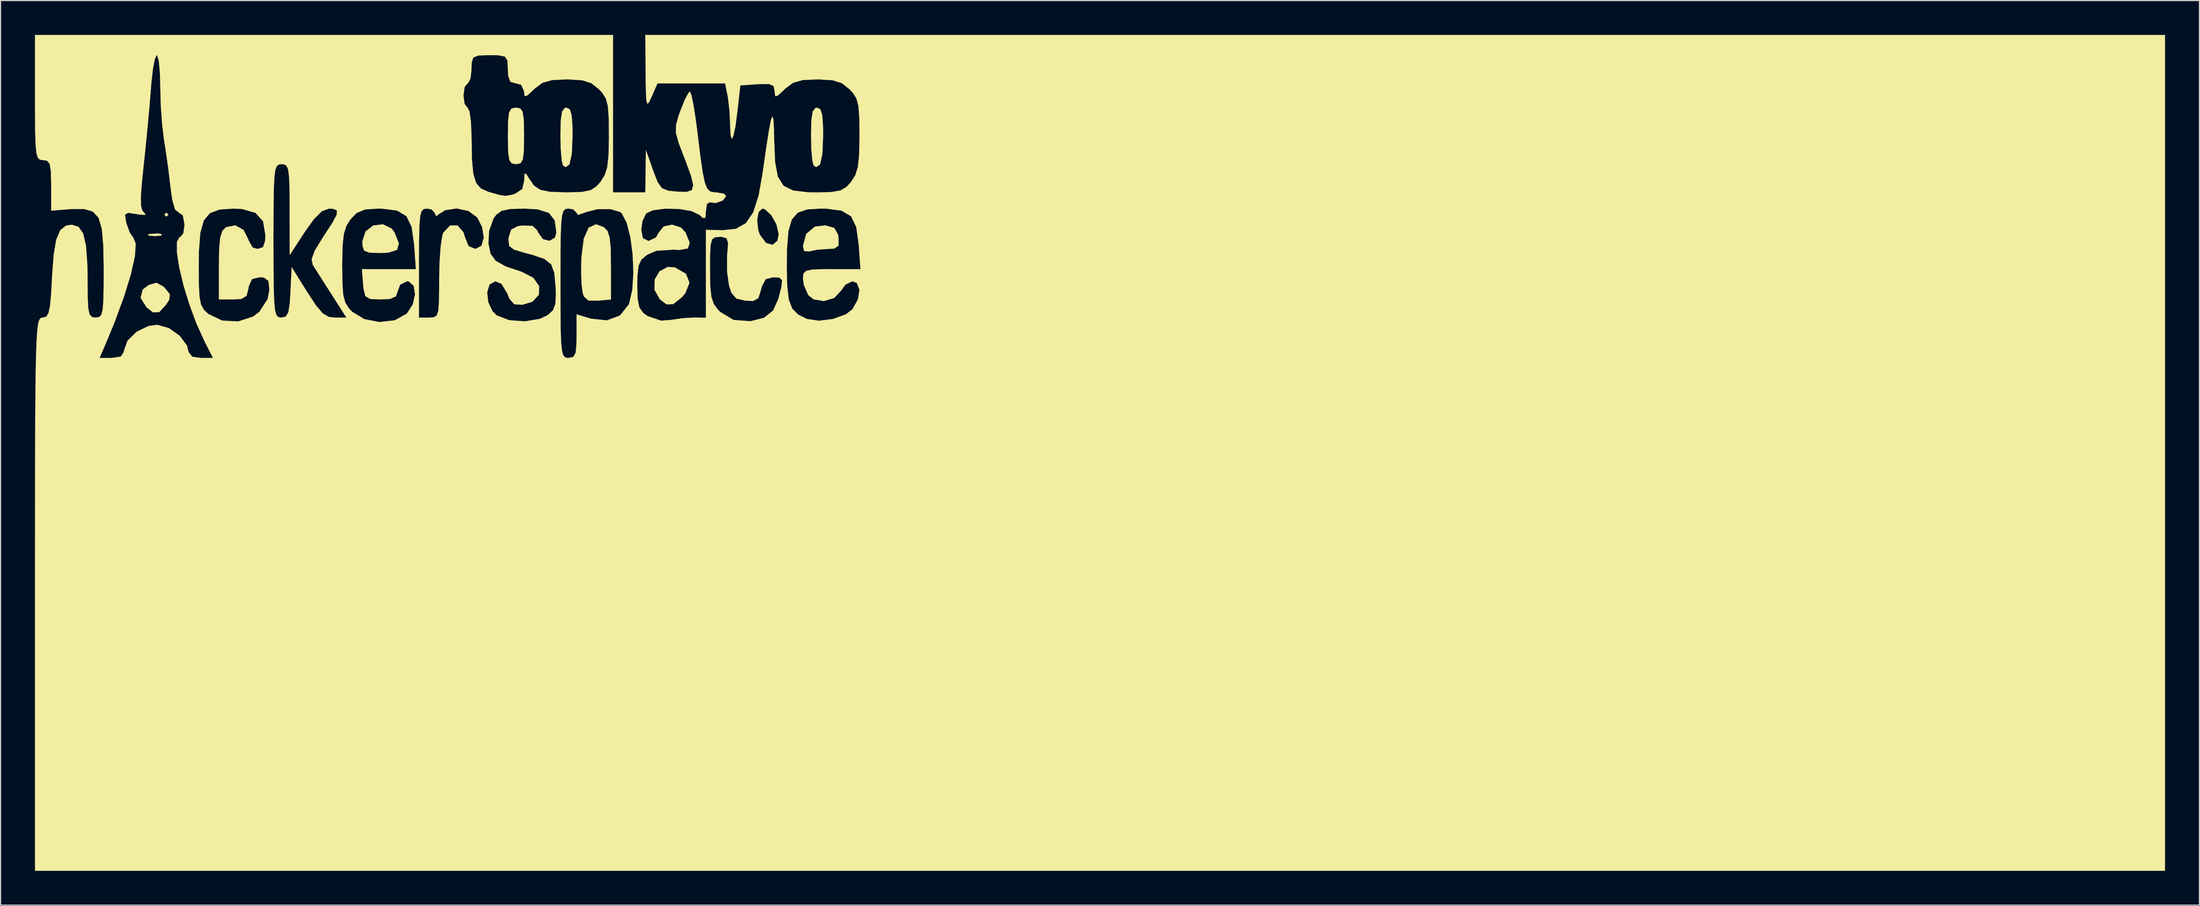
<source format=kicad_pcb>
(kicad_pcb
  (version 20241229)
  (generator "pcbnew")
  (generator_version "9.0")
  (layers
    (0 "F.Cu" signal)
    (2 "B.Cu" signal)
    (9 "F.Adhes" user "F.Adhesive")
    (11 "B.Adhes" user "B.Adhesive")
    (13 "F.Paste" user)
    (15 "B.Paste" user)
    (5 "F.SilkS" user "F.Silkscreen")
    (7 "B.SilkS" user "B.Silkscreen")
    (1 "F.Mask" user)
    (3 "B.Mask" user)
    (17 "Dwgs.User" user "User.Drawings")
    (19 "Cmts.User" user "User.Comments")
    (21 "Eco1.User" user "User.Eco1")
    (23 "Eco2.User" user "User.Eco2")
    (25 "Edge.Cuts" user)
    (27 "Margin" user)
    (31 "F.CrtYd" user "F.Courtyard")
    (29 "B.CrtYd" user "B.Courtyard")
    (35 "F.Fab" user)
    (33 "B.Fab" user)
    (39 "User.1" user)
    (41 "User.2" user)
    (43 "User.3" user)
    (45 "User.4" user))
  (footprint "THS-logo-long"
    (layer "F.Cu")
    (at 92.786 36.341)
    (property "Reference" "THS-logo-long" (at 0 0 0) (layer "F.SilkS") (effects (font (size 1.524 1.524) (thickness 0.3))))
    (attr through_hole)
    (fp_poly (pts (xy -81.139 -20.637) (xy -81.315 -20.461) (xy -81.492 -20.637) (xy -81.315 -20.814) (xy -81.139 -20.637)) (stroke (width 0.01) (type solid)) (fill yes) (layer "F.SilkS"))
    (fp_poly (pts (xy -81.75 -18.929) (xy -81.738 -18.813) (xy -82.29 -18.766) (xy -82.374 -18.766) (xy -82.921 -18.817) (xy -82.869 -18.924) (xy -82.808 -18.942) (xy -82.039 -18.993) (xy -81.75 -18.929)) (stroke (width 0.01) (type solid)) (fill yes) (layer "F.SilkS"))
    (fp_poly (pts (xy -81.588 -14.359) (xy -81.449 -14.225) (xy -81.007 -13.677) (xy -81.071 -13.191) (xy -81.335 -12.778) (xy -81.935 -12.121) (xy -82.488 -12.1) (xy -83.054 -12.549) (xy -83.561 -13.367) (xy -83.38 -14.082) (xy -82.86 -14.487) (xy -82.185 -14.689) (xy -81.588 -14.359)) (stroke (width 0.01) (type solid)) (fill yes) (layer "F.SilkS"))
    (fp_poly (pts (xy -36.916 -16.016) (xy -35.965 -15.471) (xy -35.658 -14.692) (xy -36.017 -13.774) (xy -36.336 -13.406) (xy -37.076 -12.814) (xy -37.672 -12.803) (xy -38.251 -13.254) (xy -38.716 -14.089) (xy -38.688 -14.97) (xy -38.263 -15.696) (xy -37.537 -16.069) (xy -36.916 -16.016)) (stroke (width 0.01) (type solid)) (fill yes) (layer "F.SilkS"))
    (fp_poly (pts (xy -61.663 -19.43) (xy -61.396 -19.073) (xy -61.019 -18.121) (xy -61.182 -17.561) (xy -61.941 -17.316) (xy -62.618 -17.286) (xy -63.595 -17.318) (xy -64.057 -17.495) (xy -64.197 -17.941) (xy -64.206 -18.307) (xy -63.929 -19.17) (xy -63.257 -19.687) (xy -62.423 -19.795) (xy -61.663 -19.43)) (stroke (width 0.01) (type solid)) (fill yes) (layer "F.SilkS"))
    (fp_poly (pts (xy -23.011 -19.47) (xy -22.686 -18.888) (xy -22.643 -18.609) (xy -22.648 -17.924) (xy -23.018 -17.67) (xy -23.584 -17.639) (xy -24.544 -17.569) (xy -25.195 -17.425) (xy -25.651 -17.454) (xy -25.753 -17.886) (xy -25.467 -18.958) (xy -24.702 -19.593) (xy -23.795 -19.698) (xy -23.011 -19.47)) (stroke (width 0.01) (type solid)) (fill yes) (layer "F.SilkS"))
    (fp_poly (pts (xy -46.102 -29.84) (xy -45.937 -29.315) (xy -45.868 -28.281) (xy -45.861 -27.537) (xy -45.929 -25.94) (xy -46.132 -25.022) (xy -46.468 -24.789) (xy -46.694 -24.939) (xy -46.807 -25.382) (xy -46.888 -26.326) (xy -46.919 -27.568) (xy -46.919 -27.575) (xy -46.887 -28.899) (xy -46.771 -29.649) (xy -46.542 -29.957) (xy -46.39 -29.986) (xy -46.102 -29.84)) (stroke (width 0.01) (type solid)) (fill yes) (layer "F.SilkS"))
    (fp_poly (pts (xy -43.127 -19.539) (xy -42.814 -19.219) (xy -42.625 -18.643) (xy -42.533 -17.66) (xy -42.51 -16.189) (xy -42.51 -13.229) (xy -43.644 -13.12) (xy -44.47 -13.134) (xy -44.868 -13.484) (xy -44.986 -13.836) (xy -45.08 -14.624) (xy -45.112 -15.826) (xy -45.086 -16.908) (xy -44.882 -18.536) (xy -44.457 -19.498) (xy -43.813 -19.794) (xy -43.127 -19.539)) (stroke (width 0.01) (type solid)) (fill yes) (layer "F.SilkS"))
    (fp_poly (pts (xy -24.23 -29.84) (xy -24.065 -29.315) (xy -23.996 -28.281) (xy -23.989 -27.537) (xy -24.057 -25.94) (xy -24.26 -25.022) (xy -24.596 -24.789) (xy -24.822 -24.939) (xy -24.935 -25.382) (xy -25.016 -26.326) (xy -25.047 -27.568) (xy -25.047 -27.575) (xy -25.015 -28.899) (xy -24.898 -29.649) (xy -24.67 -29.957) (xy -24.518 -29.986) (xy -24.23 -29.84)) (stroke (width 0.01) (type solid)) (fill yes) (layer "F.SilkS"))
    (fp_poly (pts (xy -50.429 -29.919) (xy -50.217 -29.619) (xy -50.12 -28.934) (xy -50.095 -27.713) (xy -50.094 -27.517) (xy -50.113 -26.219) (xy -50.199 -25.475) (xy -50.395 -25.135) (xy -50.744 -25.048) (xy -50.8 -25.047) (xy -51.171 -25.114) (xy -51.383 -25.414) (xy -51.48 -26.099) (xy -51.505 -27.32) (xy -51.506 -27.517) (xy -51.487 -28.814) (xy -51.401 -29.558) (xy -51.205 -29.898) (xy -50.856 -29.985) (xy -50.8 -29.986) (xy -50.429 -29.919)) (stroke (width 0.01) (type solid)) (fill yes) (layer "F.SilkS"))
    (fp_poly (pts (xy -42.333 -22.578) (xy -39.511 -22.578) (xy -39.484 -24.43) (xy -39.456 -26.282) (xy -38.838 -24.518) (xy -38.443 -23.488) (xy -38.063 -22.95) (xy -37.496 -22.724) (xy -36.749 -22.646) (xy -35.919 -22.621) (xy -35.453 -22.771) (xy -35.329 -23.209) (xy -35.525 -24.048) (xy -36.022 -25.399) (xy -36.166 -25.768) (xy -36.626 -26.983) (xy -36.842 -27.798) (xy -36.832 -28.467) (xy -36.616 -29.244) (xy -36.449 -29.715) (xy -36.063 -30.674) (xy -35.739 -31.283) (xy -35.615 -31.397) (xy -35.482 -31.071) (xy -35.301 -30.189) (xy -35.1 -28.898) (xy -34.956 -27.781) (xy -34.711 -25.773) (xy -34.509 -24.361) (xy -34.319 -23.441) (xy -34.106 -22.907) (xy -33.837 -22.656) (xy -33.478 -22.581) (xy -33.299 -22.578) (xy -32.655 -22.465) (xy -32.456 -22.263) (xy -32.745 -21.877) (xy -33.358 -21.65) (xy -33.899 -21.716) (xy -34.131 -21.569) (xy -34.219 -20.986) (xy -34.264 -20.359) (xy -34.485 -20.347) (xy -34.774 -20.612) (xy -35.474 -20.949) (xy -36.57 -21.134) (xy -37.786 -21.16) (xy -38.847 -21.02) (xy -39.441 -20.743) (xy -39.757 -20.093) (xy -39.864 -19.332) (xy -39.728 -18.581) (xy -39.252 -18.345) (xy -39.199 -18.344) (xy -38.579 -18.642) (xy -38.351 -19.05) (xy -37.909 -19.604) (xy -37.166 -19.76) (xy -36.405 -19.516) (xy -35.996 -19.073) (xy -35.632 -18.163) (xy -35.802 -17.68) (xy -36.56 -17.549) (xy -37.046 -17.579) (xy -38.544 -17.481) (xy -39.339 -17.139) (xy -39.84 -16.725) (xy -40.104 -16.176) (xy -40.205 -15.276) (xy -40.217 -14.464) (xy -40.181 -13.243) (xy -40.024 -12.507) (xy -39.676 -12.037) (xy -39.335 -11.786) (xy -38.14 -11.374) (xy -37.307 -11.436) (xy -36.162 -11.596) (xy -35.19 -11.647) (xy -34.219 -11.63) (xy -34.219 -15.859) (xy -33.867 -15.859) (xy -33.844 -14.399) (xy -33.747 -13.449) (xy -33.53 -12.816) (xy -33.147 -12.305) (xy -33.001 -12.155) (xy -31.809 -11.436) (xy -30.332 -11.324) (xy -29.148 -11.625) (xy -28.345 -12.268) (xy -27.893 -13.301) (xy -27.616 -14.368) (xy -27.578 -14.924) (xy -27.82 -15.136) (xy -28.355 -15.169) (xy -29.003 -14.999) (xy -29.345 -14.365) (xy -29.409 -14.088) (xy -29.642 -13.346) (xy -30.098 -13.096) (xy -30.755 -13.118) (xy -31.56 -13.306) (xy -31.994 -13.812) (xy -32.205 -14.464) (xy -32.374 -15.651) (xy -32.375 -16.204) (xy -27.164 -16.204) (xy -27.13 -14.435) (xy -26.991 -13.226) (xy -26.693 -12.433) (xy -26.183 -11.914) (xy -25.405 -11.523) (xy -25.4 -11.521) (xy -24.357 -11.365) (xy -23.118 -11.523) (xy -22.005 -11.927) (xy -21.435 -12.364) (xy -20.951 -13.232) (xy -20.82 -14.067) (xy -21.04 -14.659) (xy -21.436 -14.817) (xy -22.044 -14.526) (xy -22.406 -14.023) (xy -23.018 -13.361) (xy -23.922 -13.086) (xy -24.823 -13.238) (xy -25.294 -13.619) (xy -25.672 -14.488) (xy -25.753 -15.06) (xy -25.708 -15.484) (xy -25.473 -15.727) (xy -24.896 -15.841) (xy -23.825 -15.874) (xy -23.241 -15.875) (xy -20.729 -15.875) (xy -20.886 -18.039) (xy -21.096 -19.553) (xy -21.551 -20.494) (xy -22.381 -20.988) (xy -23.72 -21.16) (xy -24.213 -21.167) (xy -25.386 -21.095) (xy -26.204 -20.811) (xy -26.729 -20.21) (xy -27.022 -19.187) (xy -27.145 -17.638) (xy -27.164 -16.204) (xy -32.375 -16.204) (xy -32.377 -16.98) (xy -32.357 -17.198) (xy -32.286 -18.137) (xy -32.413 -18.572) (xy -32.822 -18.693) (xy -33.028 -18.697) (xy -33.443 -18.662) (xy -33.692 -18.461) (xy -33.818 -17.951) (xy -33.862 -16.988) (xy -33.867 -15.859) (xy -34.219 -15.859) (xy -34.219 -19.312) (xy -32.773 -19.274) (xy -31.608 -19.397) (xy -30.732 -19.893) (xy -30.554 -20.156) (xy -29.751 -20.156) (xy -29.658 -19.295) (xy -29.512 -18.877) (xy -28.974 -18.166) (xy -28.399 -17.997) (xy -27.975 -18.363) (xy -27.869 -18.934) (xy -28.061 -19.784) (xy -28.519 -20.599) (xy -29.073 -21.109) (xy -29.294 -21.167) (xy -29.621 -20.869) (xy -29.751 -20.156) (xy -30.554 -20.156) (xy -30.087 -20.846) (xy -29.612 -22.34) (xy -29.28 -24.226) (xy -28.961 -26.457) (xy -28.717 -28.015) (xy -28.537 -28.929) (xy -28.411 -29.228) (xy -28.329 -28.939) (xy -28.281 -28.092) (xy -28.261 -27.076) (xy -28.183 -25.215) (xy -27.942 -23.947) (xy -27.448 -23.16) (xy -26.609 -22.745) (xy -25.335 -22.591) (xy -24.544 -22.578) (xy -23.266 -22.609) (xy -22.472 -22.749) (xy -21.94 -23.066) (xy -21.545 -23.507) (xy -21.18 -24.082) (xy -20.959 -24.79) (xy -20.848 -25.815) (xy -20.814 -27.338) (xy -20.814 -27.58) (xy -20.831 -29.117) (xy -20.908 -30.128) (xy -21.084 -30.791) (xy -21.397 -31.286) (xy -21.68 -31.59) (xy -22.348 -32.118) (xy -23.152 -32.379) (xy -24.36 -32.455) (xy -24.518 -32.456) (xy -25.783 -32.394) (xy -26.616 -32.156) (xy -27.286 -31.659) (xy -27.356 -31.59) (xy -27.934 -31.045) (xy -28.173 -30.986) (xy -28.222 -31.385) (xy -28.222 -31.434) (xy -28.315 -31.876) (xy -28.717 -32.054) (xy -29.615 -32.042) (xy -29.722 -32.035) (xy -31.221 -31.926) (xy -31.469 -29.68) (xy -31.651 -28.316) (xy -31.828 -27.495) (xy -31.976 -27.258) (xy -32.074 -27.646) (xy -32.103 -28.472) (xy -32.161 -29.721) (xy -32.302 -30.887) (xy -32.323 -31) (xy -32.544 -32.103) (xy -38.451 -32.103) (xy -38.952 -30.956) (xy -39.186 -30.459) (xy -39.335 -30.32) (xy -39.419 -30.625) (xy -39.461 -31.458) (xy -39.481 -32.904) (xy -39.482 -33.073) (xy -39.511 -36.336) (xy 93.133 -36.336) (xy 93.133 36.689) (xy -92.781 36.689) (xy -92.781 12.524) (xy -92.78 7.808) (xy -92.777 3.749) (xy -92.771 0.297) (xy -92.761 -2.597) (xy -92.744 -4.982) (xy -92.72 -6.906) (xy -92.694 -8.114) (xy -87.146 -8.114) (xy -86.083 -8.114) (xy -85.292 -8.234) (xy -85.024 -8.655) (xy -85.019 -8.758) (xy -84.707 -9.622) (xy -83.917 -10.396) (xy -82.876 -10.905) (xy -82.117 -11.011) (xy -81.096 -10.724) (xy -80.152 -10.052) (xy -79.515 -9.195) (xy -79.375 -8.623) (xy -79.057 -8.224) (xy -78.309 -8.114) (xy -77.244 -8.114) (xy -77.95 -9.498) (xy -78.668 -11.073) (xy -79.3 -12.768) (xy -79.818 -14.458) (xy -80.191 -16.02) (xy -80.212 -16.16) (xy -78.493 -16.16) (xy -78.481 -14.535) (xy -78.424 -13.46) (xy -78.292 -12.78) (xy -78.053 -12.337) (xy -77.677 -11.977) (xy -77.66 -11.963) (xy -76.44 -11.38) (xy -75.042 -11.307) (xy -73.741 -11.732) (xy -73.185 -12.155) (xy -72.472 -13.27) (xy -72.319 -14.095) (xy -72.412 -14.86) (xy -72.804 -15.143) (xy -73.178 -15.169) (xy -73.842 -15.007) (xy -74.122 -14.39) (xy -74.148 -14.199) (xy -74.316 -13.541) (xy -74.765 -13.273) (xy -75.494 -13.229) (xy -76.729 -13.229) (xy -76.729 -16.189) (xy -76.704 -17.707) (xy -76.608 -18.672) (xy -76.415 -19.235) (xy -76.112 -19.539) (xy -75.304 -19.704) (xy -74.579 -19.306) (xy -74.16 -18.472) (xy -74.147 -18.397) (xy -73.783 -17.76) (xy -73.353 -17.639) (xy -72.878 -17.791) (xy -72.697 -18.344) (xy -71.967 -18.344) (xy -71.963 -16.016) (xy -71.947 -14.299) (xy -71.908 -13.102) (xy -71.837 -12.331) (xy -71.724 -11.893) (xy -71.56 -11.694) (xy -71.335 -11.643) (xy -71.278 -11.642) (xy -70.893 -11.73) (xy -70.667 -12.1) (xy -70.542 -12.908) (xy -70.484 -13.847) (xy -70.379 -16.051) (xy -69.006 -13.847) (xy -68.238 -12.678) (xy -67.66 -12.007) (xy -67.134 -11.704) (xy -66.614 -11.642) (xy -65.595 -11.642) (xy -66.893 -13.67) (xy -67.607 -14.789) (xy -68.205 -15.729) (xy -68.48 -16.164) (xy -65.969 -16.164) (xy -65.952 -14.627) (xy -65.875 -13.617) (xy -65.699 -12.954) (xy -65.386 -12.458) (xy -65.104 -12.155) (xy -64.035 -11.505) (xy -62.704 -11.252) (xy -61.384 -11.405) (xy -60.346 -11.974) (xy -60.325 -11.994) (xy -59.81 -12.785) (xy -59.609 -13.664) (xy -59.723 -14.41) (xy -60.156 -14.8) (xy -60.3 -14.817) (xy -60.912 -14.519) (xy -61.094 -14.023) (xy -61.279 -13.503) (xy -61.773 -13.275) (xy -62.618 -13.229) (xy -63.526 -13.27) (xy -63.948 -13.519) (xy -64.104 -14.168) (xy -64.139 -14.552) (xy -64.248 -15.875) (xy -59.535 -15.875) (xy -59.573 -16.404) (xy -59.267 -16.404) (xy -59.267 -11.642) (xy -58.385 -11.642) (xy -57.977 -11.665) (xy -57.72 -11.822) (xy -57.578 -12.244) (xy -57.517 -13.064) (xy -57.509 -13.857) (xy -53.313 -13.857) (xy -53.225 -13.001) (xy -52.851 -12.202) (xy -52.485 -11.838) (xy -51.395 -11.415) (xy -50.019 -11.314) (xy -48.702 -11.535) (xy -48.04 -11.85) (xy -47.575 -12.274) (xy -47.356 -12.845) (xy -47.319 -13.791) (xy -47.344 -14.371) (xy -47.369 -14.64) (xy -46.919 -14.64) (xy -46.916 -12.347) (xy -46.9 -10.665) (xy -46.86 -9.5) (xy -46.787 -8.757) (xy -46.67 -8.341) (xy -46.498 -8.158) (xy -46.263 -8.114) (xy -46.214 -8.114) (xy -45.803 -8.2) (xy -45.591 -8.569) (xy -45.515 -9.39) (xy -45.508 -10.021) (xy -45.508 -11.928) (xy -44.277 -11.55) (xy -42.87 -11.397) (xy -41.724 -11.822) (xy -40.964 -12.775) (xy -40.915 -12.895) (xy -40.644 -14.073) (xy -40.55 -15.557) (xy -40.614 -17.156) (xy -40.817 -18.68) (xy -41.14 -19.94) (xy -41.565 -20.747) (xy -41.71 -20.872) (xy -42.58 -21.124) (xy -43.718 -21.112) (xy -44.74 -20.845) (xy -44.826 -20.801) (xy -45.388 -20.616) (xy -45.508 -20.801) (xy -45.804 -21.098) (xy -46.214 -21.167) (xy -46.462 -21.137) (xy -46.644 -20.986) (xy -46.77 -20.618) (xy -46.85 -19.939) (xy -46.895 -18.855) (xy -46.915 -17.272) (xy -46.919 -15.093) (xy -46.919 -14.64) (xy -47.369 -14.64) (xy -47.454 -15.556) (xy -47.729 -16.299) (xy -48.324 -16.77) (xy -49.393 -17.134) (xy -50.028 -17.298) (xy -50.971 -17.581) (xy -51.39 -17.908) (xy -51.457 -18.441) (xy -51.439 -18.628) (xy -51.225 -19.323) (xy -50.65 -19.626) (xy -50.213 -19.687) (xy -49.362 -19.655) (xy -48.94 -19.264) (xy -48.866 -19.07) (xy -48.446 -18.494) (xy -47.867 -18.346) (xy -47.395 -18.624) (xy -47.272 -19.073) (xy -47.417 -20.142) (xy -47.926 -20.79) (xy -48.914 -21.102) (xy -50.099 -21.167) (xy -51.322 -21.129) (xy -52.059 -20.971) (xy -52.528 -20.62) (xy -52.755 -20.312) (xy -53.148 -19.229) (xy -53.204 -18.118) (xy -53.027 -17.235) (xy -52.576 -16.609) (xy -51.71 -16.117) (xy -50.307 -15.645) (xy -49.284 -15.116) (xy -48.78 -14.392) (xy -48.801 -13.642) (xy -49.35 -13.037) (xy -50.228 -12.764) (xy -50.942 -12.807) (xy -51.369 -13.282) (xy -51.55 -13.734) (xy -52.056 -14.588) (xy -52.598 -14.817) (xy -53.107 -14.538) (xy -53.313 -13.857) (xy -57.509 -13.857) (xy -57.503 -14.412) (xy -57.503 -15.016) (xy -57.466 -16.561) (xy -57.367 -17.895) (xy -57.223 -18.821) (xy -57.138 -19.073) (xy -56.542 -19.691) (xy -55.893 -19.687) (xy -55.386 -19.1) (xy -55.263 -18.697) (xy -54.935 -17.884) (xy -54.337 -17.639) (xy -54.337 -17.639) (xy -53.807 -17.919) (xy -53.609 -18.625) (xy -53.755 -19.553) (xy -54.171 -20.383) (xy -54.932 -20.952) (xy -55.978 -21.18) (xy -56.984 -21.028) (xy -57.432 -20.743) (xy -57.782 -20.498) (xy -57.856 -20.743) (xy -58.15 -21.087) (xy -58.561 -21.167) (xy -58.845 -21.129) (xy -59.04 -20.942) (xy -59.163 -20.496) (xy -59.232 -19.68) (xy -59.26 -18.384) (xy -59.267 -16.497) (xy -59.267 -16.404) (xy -59.573 -16.404) (xy -59.691 -18.039) (xy -59.905 -19.558) (xy -60.36 -20.503) (xy -61.179 -20.997) (xy -62.486 -21.162) (xy -62.836 -21.167) (xy -63.97 -21.091) (xy -64.697 -20.79) (xy -65.238 -20.237) (xy -65.603 -19.663) (xy -65.825 -18.954) (xy -65.936 -17.929) (xy -65.969 -16.406) (xy -65.969 -16.164) (xy -68.48 -16.164) (xy -68.539 -16.258) (xy -68.632 -16.748) (xy -68.363 -17.487) (xy -67.682 -18.608) (xy -67.605 -18.723) (xy -66.829 -19.91) (xy -66.444 -20.636) (xy -66.428 -21.013) (xy -66.759 -21.149) (xy -67.116 -21.162) (xy -67.731 -20.944) (xy -68.441 -20.24) (xy -69.229 -19.133) (xy -70.548 -17.11) (xy -70.552 -21.078) (xy -70.561 -22.799) (xy -70.6 -23.935) (xy -70.69 -24.607) (xy -70.852 -24.935) (xy -71.108 -25.04) (xy -71.261 -25.047) (xy -71.506 -25.018) (xy -71.687 -24.87) (xy -71.813 -24.508) (xy -71.894 -23.839) (xy -71.94 -22.772) (xy -71.961 -21.211) (xy -71.967 -19.064) (xy -71.967 -18.344) (xy -72.697 -18.344) (xy -72.69 -18.367) (xy -72.672 -18.848) (xy -72.875 -20.053) (xy -73.532 -20.794) (xy -74.713 -21.131) (xy -75.465 -21.167) (xy -76.668 -21.086) (xy -77.509 -20.775) (xy -78.049 -20.133) (xy -78.351 -19.055) (xy -78.477 -17.441) (xy -78.493 -16.16) (xy -80.212 -16.16) (xy -80.392 -17.328) (xy -80.391 -18.257) (xy -80.16 -18.683) (xy -80.081 -18.697) (xy -79.833 -19.004) (xy -79.728 -19.742) (xy -79.728 -19.756) (xy -79.876 -20.575) (xy -80.222 -20.814) (xy -80.553 -21.087) (xy -80.803 -21.95) (xy -80.95 -23.019) (xy -81.141 -24.611) (xy -81.376 -26.283) (xy -81.514 -27.14) (xy -81.681 -28.49) (xy -81.8 -30.177) (xy -81.823 -31.044) (xy -55.386 -31.044) (xy -55.284 -30.301) (xy -55.038 -29.986) (xy -55.033 -29.986) (xy -54.857 -29.657) (xy -54.732 -28.763) (xy -54.677 -27.445) (xy -54.676 -27.252) (xy -54.643 -25.434) (xy -54.524 -24.192) (xy -54.277 -23.397) (xy -53.859 -22.921) (xy -53.227 -22.635) (xy -53.14 -22.609) (xy -52.26 -22.36) (xy -51.752 -22.277) (xy -51.308 -22.337) (xy -50.888 -22.447) (xy -50.246 -22.876) (xy -50.084 -23.589) (xy -50.05 -24.214) (xy -49.901 -24.19) (xy -49.673 -23.812) (xy -49.232 -23.176) (xy -48.683 -22.806) (xy -47.832 -22.632) (xy -46.488 -22.584) (xy -46.328 -22.583) (xy -45.075 -22.615) (xy -44.298 -22.766) (xy -43.768 -23.108) (xy -43.417 -23.507) (xy -43.053 -24.082) (xy -42.831 -24.79) (xy -42.72 -25.815) (xy -42.686 -27.338) (xy -42.686 -27.58) (xy -42.703 -29.117) (xy -42.78 -30.128) (xy -42.956 -30.791) (xy -43.269 -31.286) (xy -43.552 -31.59) (xy -44.22 -32.118) (xy -45.024 -32.379) (xy -46.232 -32.455) (xy -46.39 -32.456) (xy -47.655 -32.394) (xy -48.488 -32.156) (xy -49.158 -31.659) (xy -49.229 -31.59) (xy -49.805 -31.05) (xy -50.046 -30.996) (xy -50.094 -31.4) (xy -50.094 -31.413) (xy -50.352 -31.992) (xy -50.8 -32.103) (xy -51.286 -32.241) (xy -51.482 -32.78) (xy -51.506 -33.337) (xy -51.539 -34.096) (xy -51.769 -34.455) (xy -52.387 -34.565) (xy -53.093 -34.572) (xy -54.068 -34.546) (xy -54.53 -34.367) (xy -54.671 -33.887) (xy -54.681 -33.337) (xy -54.769 -32.521) (xy -54.987 -32.113) (xy -55.033 -32.103) (xy -55.281 -31.796) (xy -55.386 -31.058) (xy -55.386 -31.044) (xy -81.823 -31.044) (xy -81.844 -31.815) (xy -81.881 -33.109) (xy -81.977 -34.077) (xy -82.114 -34.551) (xy -82.152 -34.572) (xy -82.319 -34.248) (xy -82.487 -33.388) (xy -82.625 -32.163) (xy -82.65 -31.838) (xy -82.773 -30.29) (xy -82.95 -28.341) (xy -83.154 -26.288) (xy -83.28 -25.102) (xy -83.462 -23.332) (xy -83.545 -22.136) (xy -83.527 -21.392) (xy -83.408 -20.974) (xy -83.223 -20.781) (xy -83.125 -20.609) (xy -83.677 -20.647) (xy -83.892 -20.686) (xy -84.671 -20.799) (xy -84.928 -20.619) (xy -84.834 -20) (xy -84.807 -19.892) (xy -84.52 -19.086) (xy -84.214 -18.648) (xy -83.99 -18.098) (xy -84.063 -16.996) (xy -84.413 -15.422) (xy -85.02 -13.453) (xy -85.863 -11.168) (xy -86.578 -9.437) (xy -87.146 -8.114) (xy -92.694 -8.114) (xy -92.687 -8.42) (xy -92.644 -9.572) (xy -92.59 -10.412) (xy -92.523 -10.988) (xy -92.442 -11.35) (xy -92.345 -11.547) (xy -92.232 -11.628) (xy -92.122 -11.642) (xy -91.817 -11.711) (xy -91.61 -12.004) (xy -91.471 -12.644) (xy -91.371 -13.759) (xy -91.295 -15.156) (xy -91.153 -17.107) (xy -90.927 -18.448) (xy -90.581 -19.273) (xy -90.079 -19.675) (xy -89.575 -19.756) (xy -88.988 -19.578) (xy -88.58 -18.992) (xy -88.329 -17.916) (xy -88.211 -16.27) (xy -88.194 -15.016) (xy -88.184 -13.452) (xy -88.134 -12.463) (xy -88.018 -11.919) (xy -87.808 -11.688) (xy -87.489 -11.642) (xy -87.189 -11.684) (xy -86.989 -11.888) (xy -86.868 -12.373) (xy -86.807 -13.255) (xy -86.786 -14.652) (xy -86.783 -15.82) (xy -86.815 -17.909) (xy -86.947 -19.389) (xy -87.231 -20.355) (xy -87.723 -20.904) (xy -88.476 -21.13) (xy -89.542 -21.129) (xy -89.762 -21.113) (xy -91.369 -20.985) (xy -91.369 -23.193) (xy -91.393 -24.405) (xy -91.498 -25.072) (xy -91.735 -25.35) (xy -92.075 -25.4) (xy -92.342 -25.434) (xy -92.532 -25.604) (xy -92.657 -26.014) (xy -92.731 -26.766) (xy -92.768 -27.964) (xy -92.78 -29.71) (xy -92.781 -30.868) (xy -92.781 -36.336) (xy -42.333 -36.336) (xy -42.333 -22.578)) (stroke (width 0.01) (type solid)) (fill yes) (layer "F.SilkS")))
  (gr_rect
    (start -3 -3)
    (end 188.924 76.035)
    (stroke (width 0.1) (type default))
    (fill no)
    (layer "Edge.Cuts")))
</source>
